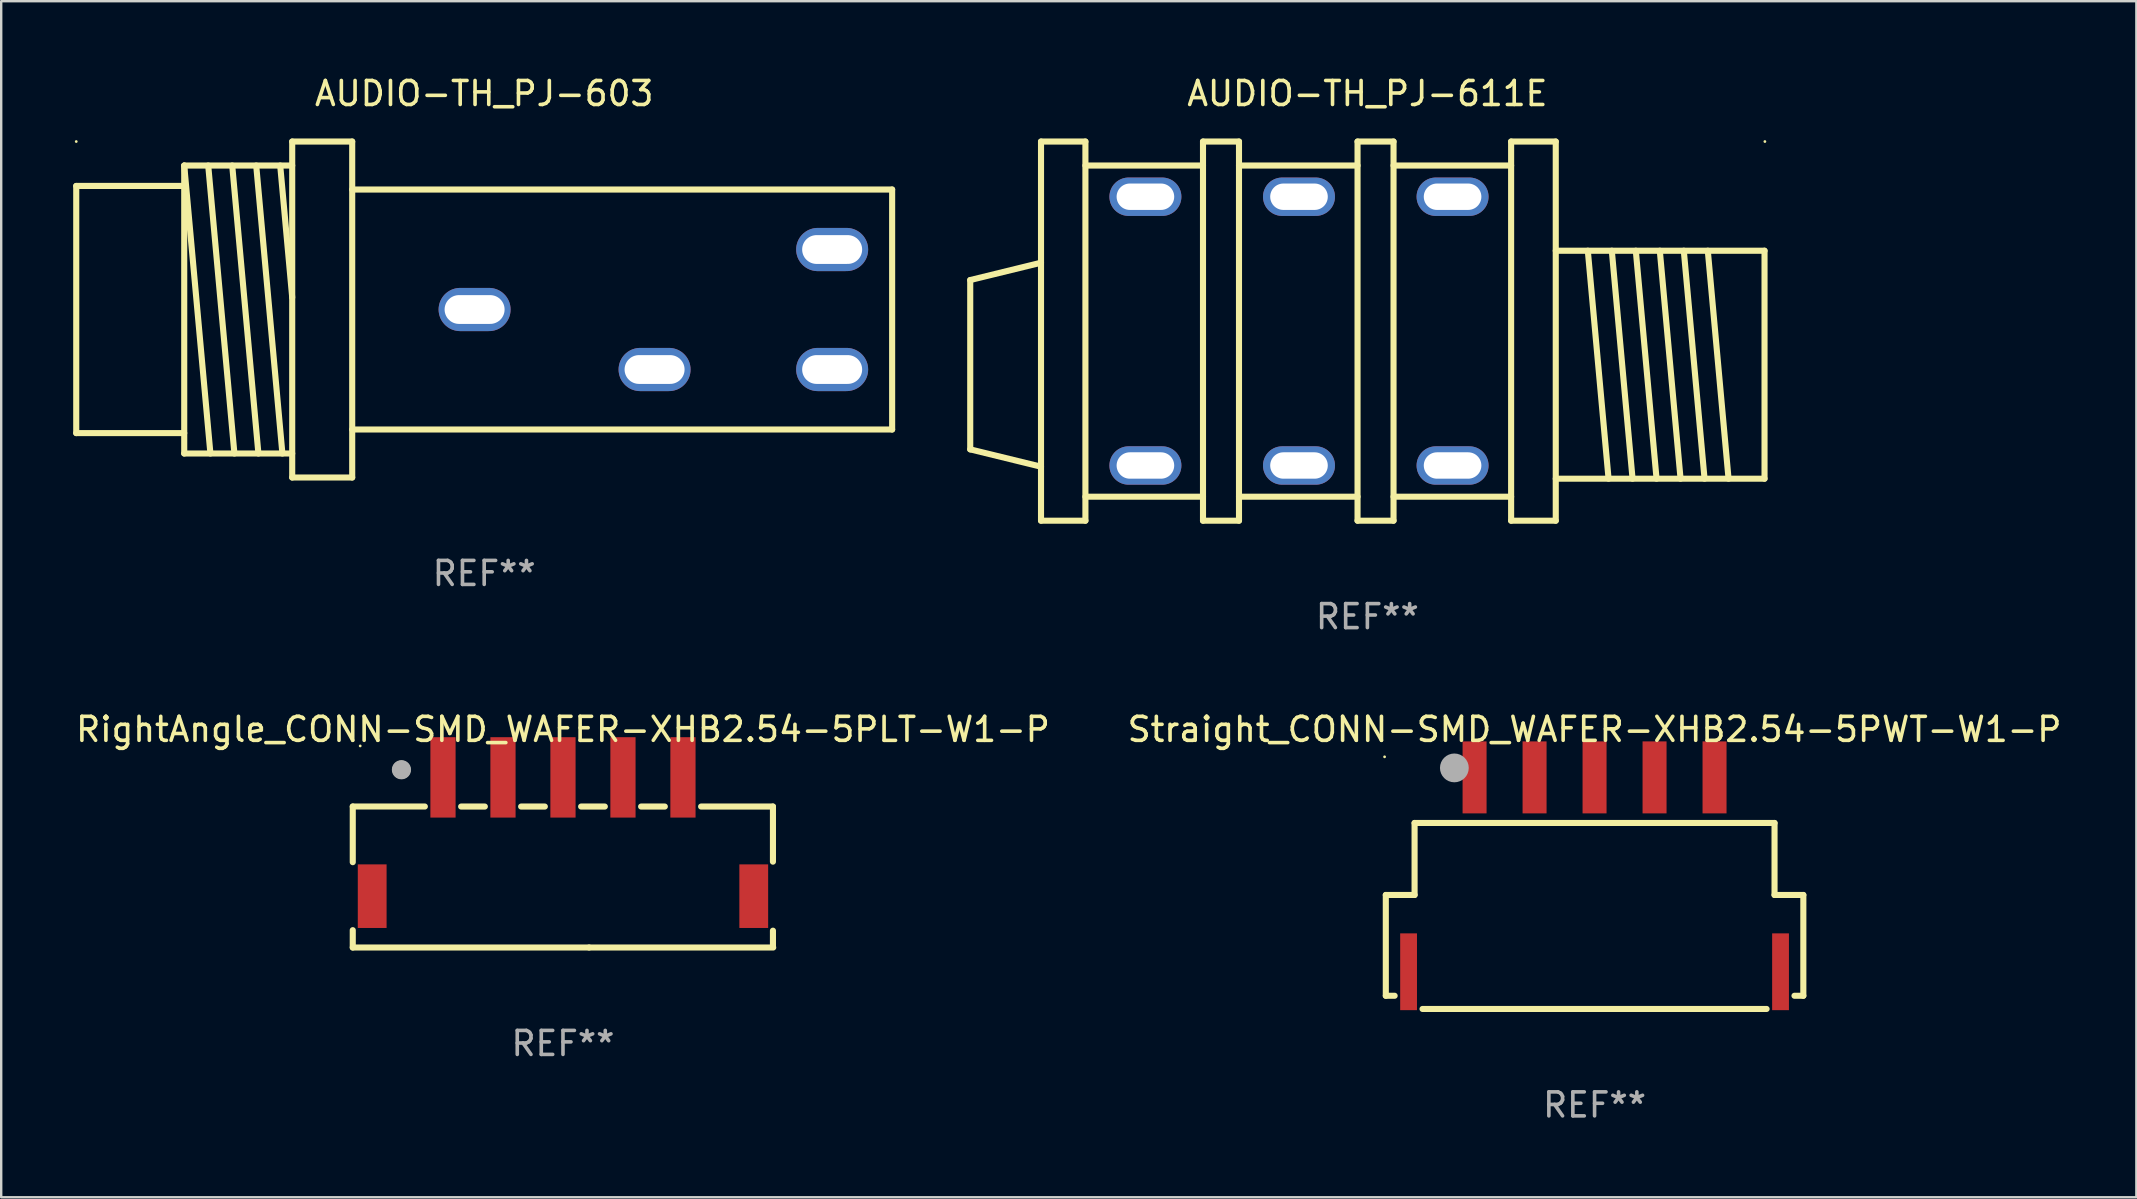
<source format=kicad_pcb>
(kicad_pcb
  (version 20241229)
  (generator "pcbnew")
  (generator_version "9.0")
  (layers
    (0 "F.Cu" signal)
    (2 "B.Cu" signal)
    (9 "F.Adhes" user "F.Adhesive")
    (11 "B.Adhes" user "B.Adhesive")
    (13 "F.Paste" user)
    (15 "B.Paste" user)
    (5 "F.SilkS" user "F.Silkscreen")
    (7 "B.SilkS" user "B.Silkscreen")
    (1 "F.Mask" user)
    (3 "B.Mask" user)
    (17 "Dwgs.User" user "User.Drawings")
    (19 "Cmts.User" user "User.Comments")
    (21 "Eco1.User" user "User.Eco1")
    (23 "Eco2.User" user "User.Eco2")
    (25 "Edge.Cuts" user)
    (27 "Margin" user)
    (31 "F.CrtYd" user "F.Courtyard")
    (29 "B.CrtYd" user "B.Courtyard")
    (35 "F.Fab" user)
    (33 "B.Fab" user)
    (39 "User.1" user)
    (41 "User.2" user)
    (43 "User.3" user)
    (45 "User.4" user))
  (footprint "RightAngle_CONN-SMD_WAFER-XHB2.54-5PLT-W1-P"
    (layer "F.Cu")
    (at 20.41 31.82)
    (property "Reference" "RightAngle_CONN-SMD_WAFER-XHB2.54-5PLT-W1-P" (at 0.000292 -4.475 0) (layer "F.SilkS") (effects (font (size 1 1) (thickness 0.15))))
    (attr smd)
    (fp_line (start -8.76 -1.261) (end -8.76 1.058) (stroke (width 0.254) (type solid)) (layer "F.SilkS"))
    (fp_line (start -8.76 3.892) (end -8.76 4.614) (stroke (width 0.254) (type solid)) (layer "F.SilkS"))
    (fp_line (start -8.76 4.614) (end 1.088 4.614) (stroke (width 0.254) (type solid)) (layer "F.SilkS"))
    (fp_line (start -5.756 -1.261) (end -8.76 -1.261) (stroke (width 0.254) (type solid)) (layer "F.SilkS"))
    (fp_line (start -4.244 -1.26) (end -3.256 -1.26) (stroke (width 0.254) (type solid)) (layer "F.SilkS"))
    (fp_line (start -1.744 -1.26) (end -0.756 -1.26) (stroke (width 0.254) (type solid)) (layer "F.SilkS"))
    (fp_line (start 0.756 -1.26) (end 1.744 -1.26) (stroke (width 0.254) (type solid)) (layer "F.SilkS"))
    (fp_line (start 1.088 4.614) (end 8.761 4.614) (stroke (width 0.254) (type solid)) (layer "F.SilkS"))
    (fp_line (start 3.256 -1.26) (end 4.244 -1.26) (stroke (width 0.254) (type solid)) (layer "F.SilkS"))
    (fp_line (start 5.756 -1.26) (end 8.75 -1.26) (stroke (width 0.254) (type solid)) (layer "F.SilkS"))
    (fp_line (start 8.75 -1.26) (end 8.75 1.037) (stroke (width 0.254) (type solid)) (layer "F.SilkS"))
    (fp_line (start 8.75 3.913) (end 8.75 4.586) (stroke (width 0.254) (type solid)) (layer "F.SilkS"))
    (fp_circle (center -8.45 -3.786) (end -8.42 -3.786) (stroke (width 0.06) (type solid)) (fill no) (layer "F.SilkS"))
    (fp_circle (center -6.731 -2.794) (end -6.477 -2.794) (stroke (width 0.254) (type solid)) (fill no) (layer "F.SilkS"))
    (fp_circle (center -6.731 -2.794) (end -6.531 -2.794) (stroke (width 0.4) (type solid)) (fill no) (layer "F.Fab"))
    (fp_text user "REF**" (at 0.000292 8.614 0) (layer "F.Fab") (effects (font (size 1 1) (thickness 0.15))))
    (pad "1" smd rect (at -5 -2.475) (size 1.05 3.35) (layers "F.Cu" "F.Mask" "F.Paste"))
    (pad "2" smd rect (at -2.5 -2.475) (size 1.05 3.35) (layers "F.Cu" "F.Mask" "F.Paste"))
    (pad "3" smd rect (at 0.000076 -2.475) (size 1.05 3.35) (layers "F.Cu" "F.Mask" "F.Paste"))
    (pad "4" smd rect (at 2.5 -2.475) (size 1.05 3.35) (layers "F.Cu" "F.Mask" "F.Paste"))
    (pad "5" smd rect (at 5 -2.475) (size 1.05 3.35) (layers "F.Cu" "F.Mask" "F.Paste"))
    (pad "6" smd rect (at 7.95 2.475) (size 1.2 2.65) (layers "F.Cu" "F.Mask" "F.Paste"))
    (pad "7" smd rect (at -7.95 2.475) (size 1.2 2.65) (layers "F.Cu" "F.Mask" "F.Paste")))
  (footprint "Straight_CONN-SMD_WAFER-XHB2.54-5PWT-W1-P"
    (layer "F.Cu")
    (at 63.398 33.395)
    (property "Reference" "Straight_CONN-SMD_WAFER-XHB2.54-5PWT-W1-P" (at 0.000419 -6.05 0) (layer "F.SilkS") (effects (font (size 1 1) (thickness 0.15))))
    (attr smd)
    (fp_line (start -8.699 0.85) (end -8.699 5.05) (stroke (width 0.254) (type solid)) (layer "F.SilkS"))
    (fp_line (start -8.699 5.05) (end -8.331 5.05) (stroke (width 0.254) (type solid)) (layer "F.SilkS"))
    (fp_line (start -7.5 -2.15) (end -7.5 0.85) (stroke (width 0.254) (type solid)) (layer "F.SilkS"))
    (fp_line (start -7.5 0.85) (end -8.699 0.85) (stroke (width 0.254) (type solid)) (layer "F.SilkS"))
    (fp_line (start -7.169 5.6) (end 7.169 5.6) (stroke (width 0.254) (type solid)) (layer "F.SilkS"))
    (fp_line (start 7.5 -2.15) (end -7.5 -2.15) (stroke (width 0.254) (type solid)) (layer "F.SilkS"))
    (fp_line (start 7.5 0.85) (end 7.5 -2.15) (stroke (width 0.254) (type solid)) (layer "F.SilkS"))
    (fp_line (start 8.331 5.05) (end 8.7 5.05) (stroke (width 0.254) (type solid)) (layer "F.SilkS"))
    (fp_line (start 8.7 0.85) (end 7.5 0.85) (stroke (width 0.254) (type solid)) (layer "F.SilkS"))
    (fp_line (start 8.7 5.05) (end 8.7 0.85) (stroke (width 0.254) (type solid)) (layer "F.SilkS"))
    (fp_circle (center -8.75 -4.907) (end -8.72 -4.907) (stroke (width 0.06) (type solid)) (fill no) (layer "F.SilkS"))
    (fp_circle (center -5.842 -4.445) (end -5.542 -4.445) (stroke (width 0.6) (type solid)) (fill no) (layer "F.Fab"))
    (fp_text user "REF**" (at 0.000419 9.6 0) (layer "F.Fab") (effects (font (size 1 1) (thickness 0.15))))
    (pad "1" smd rect (at -5 -4.05) (size 1 3) (layers "F.Cu" "F.Mask" "F.Paste"))
    (pad "2" smd rect (at -2.5 -4.05) (size 1 3) (layers "F.Cu" "F.Mask" "F.Paste"))
    (pad "3" smd rect (at 0 -4.05) (size 1 3) (layers "F.Cu" "F.Mask" "F.Paste"))
    (pad "4" smd rect (at 2.5 -4.05) (size 1 3) (layers "F.Cu" "F.Mask" "F.Paste"))
    (pad "5" smd rect (at 5 -4.05) (size 1 3) (layers "F.Cu" "F.Mask" "F.Paste"))
    (pad "6" smd rect (at 7.75 4.05) (size 0.7 3.2) (layers "F.Cu" "F.Mask" "F.Paste"))
    (pad "7" smd rect (at -7.75 4.05) (size 0.7 3.2) (layers "F.Cu" "F.Mask" "F.Paste")))
  (footprint "AUDIO-TH_PJ-603"
    (layer "F.Cu")
    (at 24.177 9.848)
    (property "Reference" "AUDIO-TH_PJ-603" (at -7.05 -9 0) (layer "F.SilkS") (effects (font (size 1 1) (thickness 0.15))))
    (attr through_hole)
    (fp_line (start -24.05 -5.15) (end -19.55 -5.15) (stroke (width 0.254) (type solid)) (layer "F.SilkS"))
    (fp_line (start -24.05 5.15) (end -24.05 -5.15) (stroke (width 0.254) (type solid)) (layer "F.SilkS"))
    (fp_line (start -24.05 5.15) (end -19.55 5.15) (stroke (width 0.254) (type solid)) (layer "F.SilkS"))
    (fp_line (start -19.55 -6) (end -19.55 6) (stroke (width 0.254) (type solid)) (layer "F.SilkS"))
    (fp_line (start -19.55 -6) (end -18.459 6) (stroke (width 0.254) (type solid)) (layer "F.SilkS"))
    (fp_line (start -19.55 -6) (end -15.05 -6) (stroke (width 0.254) (type solid)) (layer "F.SilkS"))
    (fp_line (start -19.55 6) (end -15.05 6) (stroke (width 0.254) (type solid)) (layer "F.SilkS"))
    (fp_line (start -18.55 -6) (end -17.459 6) (stroke (width 0.254) (type solid)) (layer "F.SilkS"))
    (fp_line (start -17.55 -6) (end -16.459 6) (stroke (width 0.254) (type solid)) (layer "F.SilkS"))
    (fp_line (start -16.55 -6) (end -15.459 6) (stroke (width 0.254) (type solid)) (layer "F.SilkS"))
    (fp_line (start -15.55 -6) (end -15.05 -0.5) (stroke (width 0.254) (type solid)) (layer "F.SilkS"))
    (fp_line (start -15.05 -7) (end -12.55 -7) (stroke (width 0.254) (type solid)) (layer "F.SilkS"))
    (fp_line (start -15.05 7) (end -15.05 -7) (stroke (width 0.254) (type solid)) (layer "F.SilkS"))
    (fp_line (start -12.55 -5) (end 9.95 -5) (stroke (width 0.254) (type solid)) (layer "F.SilkS"))
    (fp_line (start -12.55 5) (end 9.95 5) (stroke (width 0.254) (type solid)) (layer "F.SilkS"))
    (fp_line (start -12.55 7) (end -15.05 7) (stroke (width 0.254) (type solid)) (layer "F.SilkS"))
    (fp_line (start -12.55 7) (end -12.55 -7) (stroke (width 0.254) (type solid)) (layer "F.SilkS"))
    (fp_line (start 9.95 -5) (end 9.95 5) (stroke (width 0.254) (type solid)) (layer "F.SilkS"))
    (fp_circle (center -24.05 -7) (end -24.02 -7) (stroke (width 0.06) (type solid)) (fill no) (layer "F.SilkS"))
    (fp_text user "REF**" (at -7.05 11 0) (layer "F.Fab") (effects (font (size 1 1) (thickness 0.15))))
    (pad "2" thru_hole oval (at -7.45 -0.000127 270) (size 1.8 3) (drill oval 1.2 2.5) (layers "*.Cu" "*.Mask"))
    (pad "3" thru_hole oval (at 0.05 2.5 270) (size 1.8 3) (drill oval 1.2 2.5) (layers "*.Cu" "*.Mask"))
    (pad "4" thru_hole oval (at 7.45 2.5 270) (size 1.8 3) (drill oval 1.2 2.5) (layers "*.Cu" "*.Mask"))
    (pad "5" thru_hole oval (at 7.45 -2.5 270) (size 1.8 3) (drill oval 1.2 2.5) (layers "*.Cu" "*.Mask")))
  (footprint "AUDIO-TH_PJ-611E"
    (layer "F.Cu")
    (at 51.081 10.748)
    (property "Reference" "AUDIO-TH_PJ-611E" (at 2.85 -9.9 0) (layer "F.SilkS") (effects (font (size 1 1) (thickness 0.15))))
    (attr through_hole)
    (fp_line (start -13.7 4.928) (end -13.7 -2.128) (stroke (width 0.254) (type solid)) (layer "F.SilkS"))
    (fp_line (start -10.75 -2.85) (end -13.7 -2.128) (stroke (width 0.254) (type solid)) (layer "F.SilkS"))
    (fp_line (start -10.75 5.65) (end -13.7 4.928) (stroke (width 0.254) (type solid)) (layer "F.SilkS"))
    (fp_line (start -10.75 7.9) (end -10.75 -7.9) (stroke (width 0.254) (type solid)) (layer "F.SilkS"))
    (fp_line (start -8.9 -7.9) (end -10.75 -7.9) (stroke (width 0.254) (type solid)) (layer "F.SilkS"))
    (fp_line (start -8.9 7.9) (end -10.75 7.9) (stroke (width 0.254) (type solid)) (layer "F.SilkS"))
    (fp_line (start -8.9 7.9) (end -8.9 -7.9) (stroke (width 0.254) (type solid)) (layer "F.SilkS"))
    (fp_line (start -4 -6.9) (end -8.9 -6.9) (stroke (width 0.254) (type solid)) (layer "F.SilkS"))
    (fp_line (start -4 6.9) (end -8.9 6.9) (stroke (width 0.254) (type solid)) (layer "F.SilkS"))
    (fp_line (start -4 7.9) (end -4 -7.9) (stroke (width 0.254) (type solid)) (layer "F.SilkS"))
    (fp_line (start -2.5 -7.9) (end -4 -7.9) (stroke (width 0.254) (type solid)) (layer "F.SilkS"))
    (fp_line (start -2.5 7.9) (end -4 7.9) (stroke (width 0.254) (type solid)) (layer "F.SilkS"))
    (fp_line (start -2.5 7.9) (end -2.5 -7.9) (stroke (width 0.254) (type solid)) (layer "F.SilkS"))
    (fp_line (start 2.44 7.9) (end 2.44 -7.9) (stroke (width 0.254) (type solid)) (layer "F.SilkS"))
    (fp_line (start 2.44 -6.9) (end -2.5 -6.9) (stroke (width 0.254) (type solid)) (layer "F.SilkS"))
    (fp_line (start 2.44 6.9) (end -2.5 6.9) (stroke (width 0.254) (type solid)) (layer "F.SilkS"))
    (fp_line (start 3.94 7.9) (end 3.94 -7.9) (stroke (width 0.254) (type solid)) (layer "F.SilkS"))
    (fp_line (start 3.94 -7.9) (end 2.44 -7.9) (stroke (width 0.254) (type solid)) (layer "F.SilkS"))
    (fp_line (start 3.94 7.9) (end 2.44 7.9) (stroke (width 0.254) (type solid)) (layer "F.SilkS"))
    (fp_line (start 8.84 -6.9) (end 3.94 -6.9) (stroke (width 0.254) (type solid)) (layer "F.SilkS"))
    (fp_line (start 8.84 6.9) (end 3.94 6.9) (stroke (width 0.254) (type solid)) (layer "F.SilkS"))
    (fp_line (start 8.84 7.9) (end 8.84 -7.9) (stroke (width 0.254) (type solid)) (layer "F.SilkS"))
    (fp_line (start 10.7 -7.9) (end 8.84 -7.9) (stroke (width 0.254) (type solid)) (layer "F.SilkS"))
    (fp_line (start 10.7 7.9) (end 8.84 7.9) (stroke (width 0.254) (type solid)) (layer "F.SilkS"))
    (fp_line (start 10.7 7.9) (end 10.7 -7.9) (stroke (width 0.254) (type solid)) (layer "F.SilkS"))
    (fp_line (start 12.9 6.15) (end 12.036 -3.35) (stroke (width 0.254) (type solid)) (layer "F.SilkS"))
    (fp_line (start 13.9 6.15) (end 13.036 -3.35) (stroke (width 0.254) (type solid)) (layer "F.SilkS"))
    (fp_line (start 14.9 6.15) (end 14.036 -3.35) (stroke (width 0.254) (type solid)) (layer "F.SilkS"))
    (fp_line (start 15.9 6.15) (end 15.036 -3.35) (stroke (width 0.254) (type solid)) (layer "F.SilkS"))
    (fp_line (start 16.9 6.15) (end 16.036 -3.35) (stroke (width 0.254) (type solid)) (layer "F.SilkS"))
    (fp_line (start 17.9 6.15) (end 17.036 -3.35) (stroke (width 0.254) (type solid)) (layer "F.SilkS"))
    (fp_line (start 19.4 -3.35) (end 10.7 -3.35) (stroke (width 0.254) (type solid)) (layer "F.SilkS"))
    (fp_line (start 19.4 6.15) (end 10.7 6.15) (stroke (width 0.254) (type solid)) (layer "F.SilkS"))
    (fp_line (start 19.4 6.15) (end 19.4 -3.35) (stroke (width 0.254) (type solid)) (layer "F.SilkS"))
    (fp_circle (center 19.415 -7.9) (end 19.445 -7.9) (stroke (width 0.06) (type solid)) (fill no) (layer "F.SilkS"))
    (fp_text user "REF**" (at 2.85 11.9 0) (layer "F.Fab") (effects (font (size 1 1) (thickness 0.15))))
    (pad "2" thru_hole oval (at 6.4 -5.6 270) (size 1.6 3) (drill oval 1.1 2.4) (layers "*.Cu" "*.Mask"))
    (pad "3" thru_hole oval (at 6.4 5.6 270) (size 1.6 3) (drill oval 1.1 2.4) (layers "*.Cu" "*.Mask"))
    (pad "4" thru_hole oval (at 0 -5.6 270) (size 1.6 3) (drill oval 1.1 2.4) (layers "*.Cu" "*.Mask"))
    (pad "5" thru_hole oval (at 0 5.6 270) (size 1.6 3) (drill oval 1.1 2.4) (layers "*.Cu" "*.Mask"))
    (pad "6" thru_hole oval (at -6.4 -5.6 270) (size 1.6 3) (drill oval 1.1 2.4) (layers "*.Cu" "*.Mask"))
    (pad "7" thru_hole oval (at -6.4 5.6 270) (size 1.6 3) (drill oval 1.1 2.4) (layers "*.Cu" "*.Mask")))
  (gr_rect
    (start -3 -3)
    (end 85.976 46.843)
    (stroke (width 0.1) (type default))
    (fill no)
    (layer "Edge.Cuts")))
</source>
